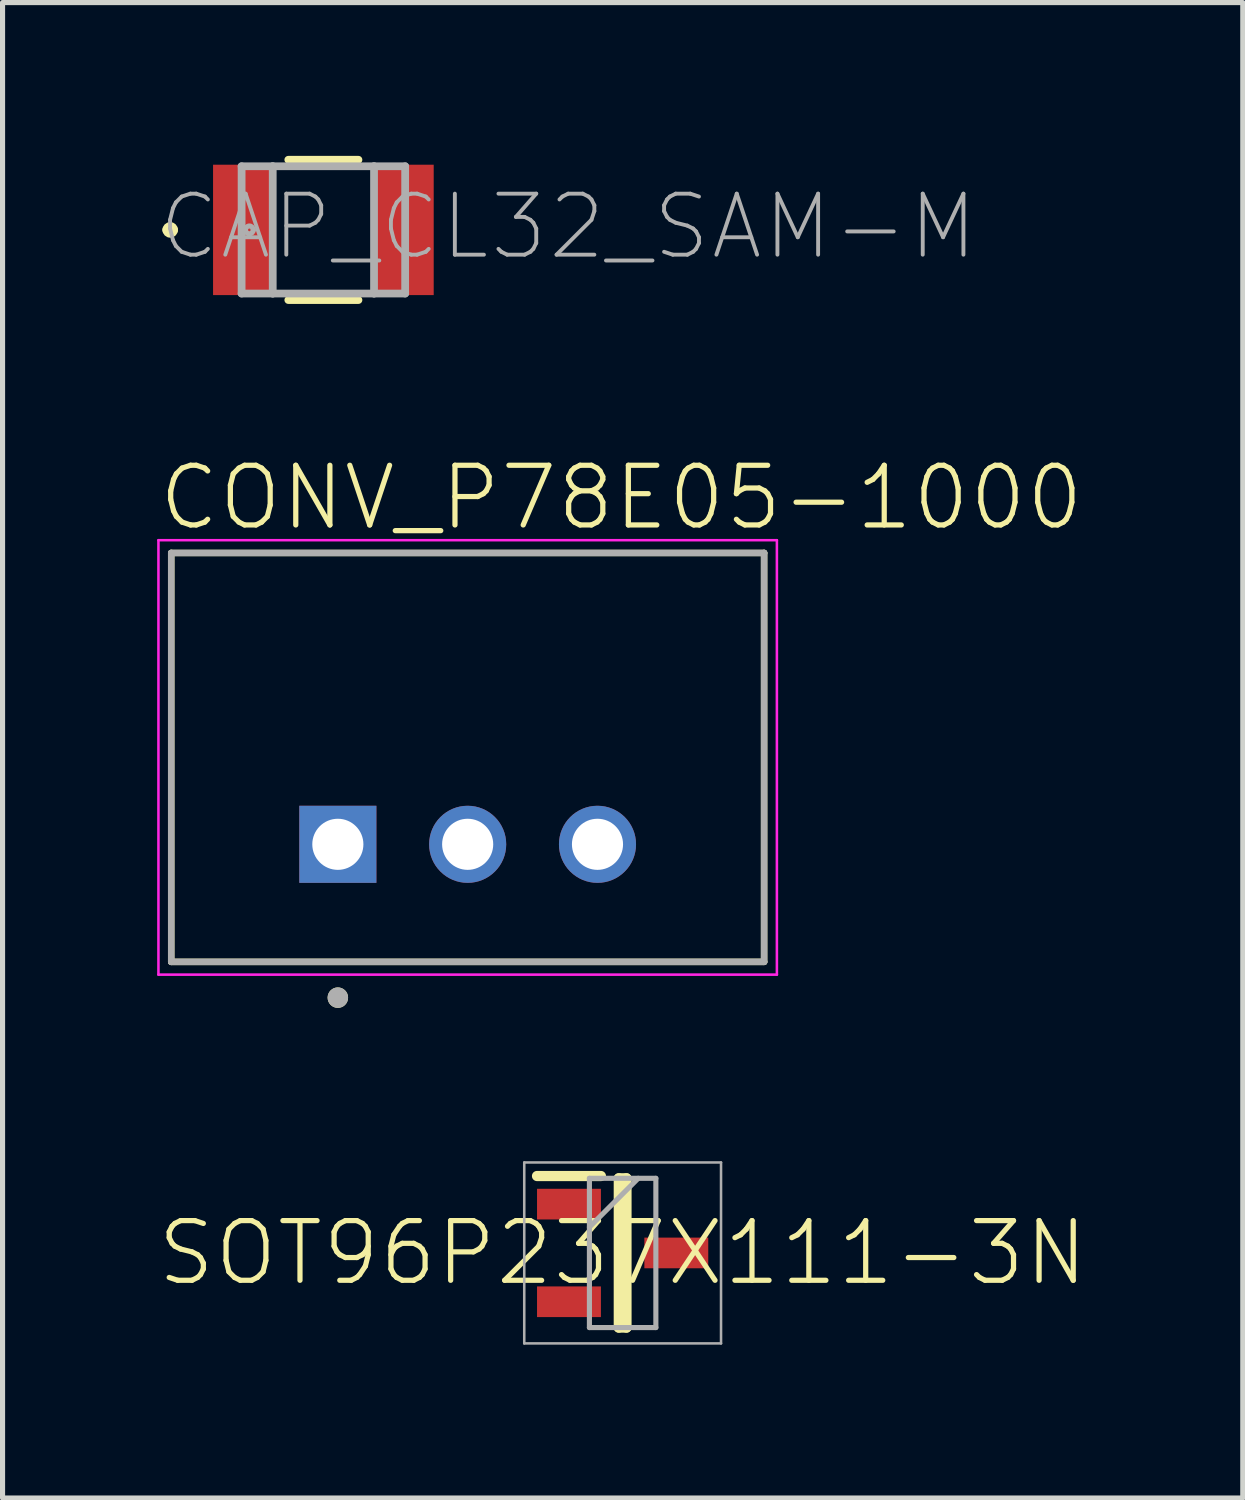
<source format=kicad_pcb>
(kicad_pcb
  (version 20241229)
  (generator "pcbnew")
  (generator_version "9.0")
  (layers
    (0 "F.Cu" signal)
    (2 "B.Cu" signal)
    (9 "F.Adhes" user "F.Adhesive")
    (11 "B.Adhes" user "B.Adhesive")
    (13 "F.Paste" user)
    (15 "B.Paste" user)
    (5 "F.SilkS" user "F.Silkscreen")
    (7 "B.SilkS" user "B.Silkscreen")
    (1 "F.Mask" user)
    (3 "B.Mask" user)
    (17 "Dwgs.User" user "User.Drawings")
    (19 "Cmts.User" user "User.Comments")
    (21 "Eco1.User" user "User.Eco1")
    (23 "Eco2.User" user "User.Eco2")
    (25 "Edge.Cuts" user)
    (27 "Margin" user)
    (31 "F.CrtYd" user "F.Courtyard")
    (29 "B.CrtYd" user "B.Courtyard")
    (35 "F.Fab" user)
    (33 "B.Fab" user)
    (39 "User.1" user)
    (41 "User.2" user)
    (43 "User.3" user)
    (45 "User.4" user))
  (footprint "CAP_CL32_SAM-M"
    (layer "F.Cu")
    (at 3.277 1.448)
    (property "Reference" "CAP_CL32_SAM-M" (at -3.277 0.635 0) (layer "F.Fab") (effects (font (size 1.194 1.194) (thickness 0.076)) (justify left bottom)))
    (fp_line (start -0.686 1.372) (end 0.686 1.372) (stroke (width 0.152) (type solid)) (layer "F.SilkS"))
    (fp_line (start 0.686 -1.372) (end -0.686 -1.372) (stroke (width 0.152) (type solid)) (layer "F.SilkS"))
    (fp_arc (start -3.0734 0) (mid -2.9972 -0.0762) (end -2.921 0) (stroke (width 0.1524) (type solid)) (layer "F.SilkS"))
    (fp_arc (start -2.921 0) (mid -2.9972 0.0762) (end -3.0734 0) (stroke (width 0.1524) (type solid)) (layer "F.SilkS"))
    (fp_line (start -1.6 -1.245) (end -1.6 1.245) (stroke (width 0.152) (type solid)) (layer "F.Fab"))
    (fp_line (start -1.6 1.245) (end -0.991 1.245) (stroke (width 0.152) (type solid)) (layer "F.Fab"))
    (fp_line (start -0.991 -1.245) (end -1.6 -1.245) (stroke (width 0.152) (type solid)) (layer "F.Fab"))
    (fp_line (start -0.991 1.245) (end -0.991 -1.245) (stroke (width 0.152) (type solid)) (layer "F.Fab"))
    (fp_line (start -0.991 1.245) (end 0.991 1.245) (stroke (width 0.152) (type solid)) (layer "F.Fab"))
    (fp_line (start 0.991 -1.245) (end -0.991 -1.245) (stroke (width 0.152) (type solid)) (layer "F.Fab"))
    (fp_line (start 0.991 -1.245) (end 0.991 1.245) (stroke (width 0.152) (type solid)) (layer "F.Fab"))
    (fp_line (start 0.991 1.245) (end 1.6 1.245) (stroke (width 0.152) (type solid)) (layer "F.Fab"))
    (fp_line (start 1.6 -1.245) (end 0.991 -1.245) (stroke (width 0.152) (type solid)) (layer "F.Fab"))
    (fp_line (start 1.6 1.245) (end 1.6 -1.245) (stroke (width 0.152) (type solid)) (layer "F.Fab"))
    (fp_arc (start -1.524 0) (mid -1.4478 -0.0762) (end -1.3716 0) (stroke (width 0.1) (type solid)) (layer "F.Fab"))
    (fp_arc (start -1.3716 0) (mid -1.4478 0.0762) (end -1.524 0) (stroke (width 0.1) (type solid)) (layer "F.Fab"))
    (pad "1" smd rect (at -1.579 0) (size 1.159 2.551) (layers "F.Cu" "F.Mask" "F.Paste"))
    (pad "2" smd rect (at 1.579 0) (size 1.159 2.551) (layers "F.Cu" "F.Mask" "F.Paste"))
    (zone (net_name "") (layer "F.Cu") (hatch edge 0.5) (connect_pads) (min_thickness 0.25) (filled_areas_thickness no) (keepout (tracks not_allowed) (vias not_allowed) (pads not_allowed) (copperpour not_allowed) (footprints allowed)) (placement (enabled no)) (fill) (polygon (pts (xy 2.327 0.198) (xy 4.226 0.198) (xy 4.226 2.698) (xy 2.327 2.698))))
    (zone (net_name "") (layer "F.Cu") (hatch edge 0.5) (connect_pads) (min_thickness 0.25) (filled_areas_thickness no) (keepout (tracks not_allowed) (vias not_allowed) (pads not_allowed) (copperpour not_allowed) (footprints allowed)) (placement (enabled no)) (fill) (polygon (pts (xy 2.327 0.249) (xy 4.226 0.249) (xy 4.226 2.647) (xy 2.327 2.647)))))
  (footprint "SOT96P237X111-3N"
    (layer "F.Cu")
    (at 9.132 21.464)
    (property "Reference" "SOT96P237X111-3N" (at 0 0 0) (layer "F.SilkS") (effects (font (size 1.168 1.168) (thickness 0.102))))
    (fp_line (start -1.675 -1.505) (end -0.425 -1.505) (stroke (width 0.2) (type solid)) (layer "F.SilkS"))
    (fp_line (start -0.075 -1.46) (end 0.075 -1.46) (stroke (width 0.2) (type solid)) (layer "F.SilkS"))
    (fp_line (start -0.075 1.46) (end -0.075 -1.46) (stroke (width 0.2) (type solid)) (layer "F.SilkS"))
    (fp_line (start 0.075 -1.46) (end 0.075 1.46) (stroke (width 0.2) (type solid)) (layer "F.SilkS"))
    (fp_line (start 0.075 1.46) (end -0.075 1.46) (stroke (width 0.2) (type solid)) (layer "F.SilkS"))
    (fp_line (start -1.925 -1.77) (end 1.925 -1.77) (stroke (width 0.05) (type solid)) (layer "F.Fab"))
    (fp_line (start -1.925 1.77) (end -1.925 -1.77) (stroke (width 0.05) (type solid)) (layer "F.Fab"))
    (fp_line (start -0.65 -1.46) (end 0.65 -1.46) (stroke (width 0.1) (type solid)) (layer "F.Fab"))
    (fp_line (start -0.65 -0.505) (end 0.305 -1.46) (stroke (width 0.1) (type solid)) (layer "F.Fab"))
    (fp_line (start -0.65 1.46) (end -0.65 -1.46) (stroke (width 0.1) (type solid)) (layer "F.Fab"))
    (fp_line (start 0.65 -1.46) (end 0.65 1.46) (stroke (width 0.1) (type solid)) (layer "F.Fab"))
    (fp_line (start 0.65 1.46) (end -0.65 1.46) (stroke (width 0.1) (type solid)) (layer "F.Fab"))
    (fp_line (start 1.925 -1.77) (end 1.925 1.77) (stroke (width 0.05) (type solid)) (layer "F.Fab"))
    (fp_line (start 1.925 1.77) (end -1.925 1.77) (stroke (width 0.05) (type solid)) (layer "F.Fab"))
    (pad "1" smd rect (at -1.05 -0.955) (size 1.25 0.6) (layers "F.Cu" "F.Mask" "F.Paste"))
    (pad "2" smd rect (at -1.05 0.955) (size 1.25 0.6) (layers "F.Cu" "F.Mask" "F.Paste"))
    (pad "3" smd rect (at 1.05 0) (size 1.25 0.6) (layers "F.Cu" "F.Mask" "F.Paste")))
  (footprint "CONV_P78E05-1000"
    (layer "F.Cu")
    (at 6.1 13.469)
    (property "Reference" "CONV_P78E05-1000" (at -6.1 -6.1 0) (layer "F.SilkS") (effects (font (size 1.168 1.168) (thickness 0.102)) (justify left bottom)))
    (fp_line (start -5.8 -5.7) (end 5.8 -5.7) (stroke (width 0.127) (type solid)) (layer "F.SilkS"))
    (fp_line (start -5.8 2.3) (end -5.8 -5.7) (stroke (width 0.127) (type solid)) (layer "F.SilkS"))
    (fp_line (start 5.8 -5.7) (end 5.8 2.3) (stroke (width 0.127) (type solid)) (layer "F.SilkS"))
    (fp_line (start 5.8 2.3) (end -5.8 2.3) (stroke (width 0.127) (type solid)) (layer "F.SilkS"))
    (fp_circle (center -2.54 3) (end -2.44 3) (stroke (width 0.2) (type solid)) (fill no) (layer "F.SilkS"))
    (fp_line (start -6.05 -5.95) (end 6.05 -5.95) (stroke (width 0.05) (type solid)) (layer "F.CrtYd"))
    (fp_line (start -6.05 2.55) (end -6.05 -5.95) (stroke (width 0.05) (type solid)) (layer "F.CrtYd"))
    (fp_line (start 6.05 -5.95) (end 6.05 2.55) (stroke (width 0.05) (type solid)) (layer "F.CrtYd"))
    (fp_line (start 6.05 2.55) (end -6.05 2.55) (stroke (width 0.05) (type solid)) (layer "F.CrtYd"))
    (fp_line (start -5.8 -5.7) (end 5.8 -5.7) (stroke (width 0.127) (type solid)) (layer "F.Fab"))
    (fp_line (start -5.8 2.3) (end -5.8 -5.7) (stroke (width 0.127) (type solid)) (layer "F.Fab"))
    (fp_line (start 5.8 -5.7) (end 5.8 2.3) (stroke (width 0.127) (type solid)) (layer "F.Fab"))
    (fp_line (start 5.8 2.3) (end -5.8 2.3) (stroke (width 0.127) (type solid)) (layer "F.Fab"))
    (fp_circle (center -2.54 3) (end -2.44 3) (stroke (width 0.2) (type solid)) (fill no) (layer "F.Fab"))
    (pad "1" thru_hole rect (at -2.54 0) (size 1.508 1.508) (drill 1) (layers "*.Cu" "*.Mask"))
    (pad "2" thru_hole circle (at 0 0) (size 1.508 1.508) (drill 1) (layers "*.Cu" "*.Mask"))
    (pad "3" thru_hole circle (at 2.54 0) (size 1.508 1.508) (drill 1) (layers "*.Cu" "*.Mask")))
  (gr_rect
    (start -3 -3)
    (end 21.265 26.259)
    (stroke (width 0.1) (type default))
    (fill no)
    (layer "Edge.Cuts")))
</source>
